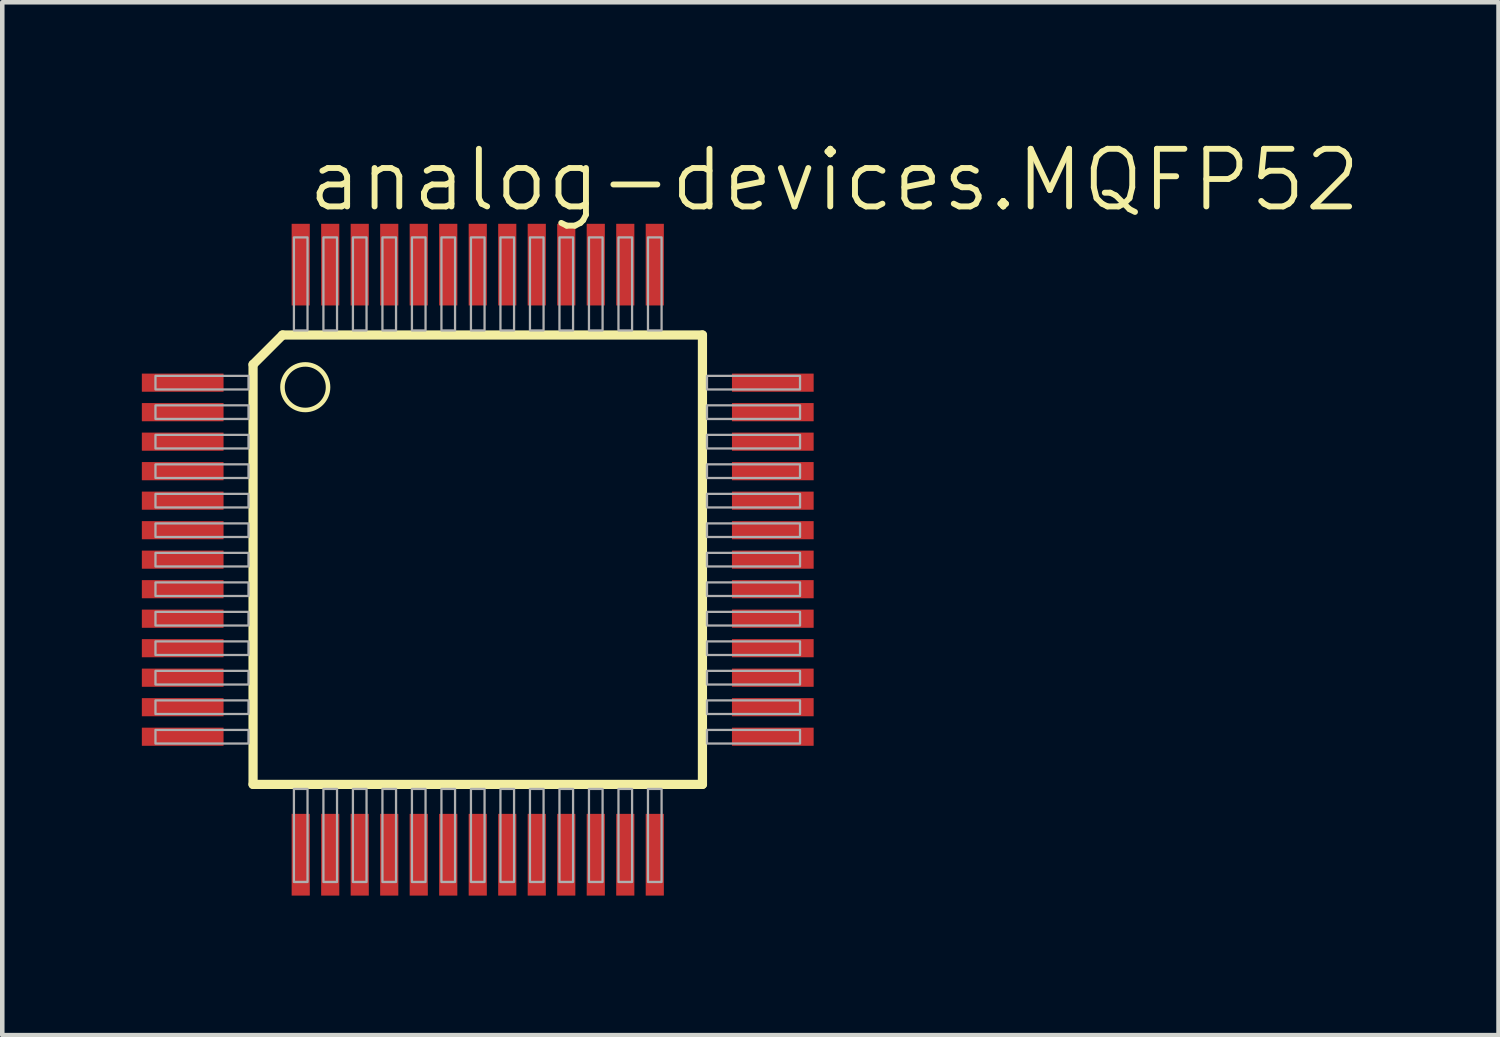
<source format=kicad_pcb>
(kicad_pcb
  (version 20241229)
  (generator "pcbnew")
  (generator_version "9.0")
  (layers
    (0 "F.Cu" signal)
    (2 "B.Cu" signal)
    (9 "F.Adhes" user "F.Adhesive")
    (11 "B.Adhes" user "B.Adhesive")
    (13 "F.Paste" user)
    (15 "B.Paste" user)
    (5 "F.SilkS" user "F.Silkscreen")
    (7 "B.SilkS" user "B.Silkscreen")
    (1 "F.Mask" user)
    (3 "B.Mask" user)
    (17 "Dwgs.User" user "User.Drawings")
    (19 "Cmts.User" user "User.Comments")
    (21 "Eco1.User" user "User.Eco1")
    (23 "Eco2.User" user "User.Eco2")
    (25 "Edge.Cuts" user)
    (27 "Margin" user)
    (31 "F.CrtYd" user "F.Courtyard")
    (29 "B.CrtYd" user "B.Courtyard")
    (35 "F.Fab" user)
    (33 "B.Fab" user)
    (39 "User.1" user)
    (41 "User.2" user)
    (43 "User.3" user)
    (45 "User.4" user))
  (footprint "analog-devices.MQFP52"
    (layer "F.Cu")
    (at 7.475 9.28)
    (property "Reference" "analog-devices.MQFP52" (at -3.81 -7.62 0) (layer "F.SilkS") (effects (font (size 1.27 1.27) (thickness 0.13)) (justify left bottom)))
    (attr smd)
    (fp_rect (start -7.45 -3.65) (end -5.55 -4.15) (stroke (width 0.05) (type default)) (fill yes) (layer "F.Mask"))
    (fp_rect (start -7.45 -3) (end -5.55 -3.5) (stroke (width 0.05) (type default)) (fill yes) (layer "F.Mask"))
    (fp_rect (start -7.45 -2.35) (end -5.55 -2.85) (stroke (width 0.05) (type default)) (fill yes) (layer "F.Mask"))
    (fp_rect (start -7.45 -1.7) (end -5.55 -2.2) (stroke (width 0.05) (type default)) (fill yes) (layer "F.Mask"))
    (fp_rect (start -7.45 -1.05) (end -5.55 -1.55) (stroke (width 0.05) (type default)) (fill yes) (layer "F.Mask"))
    (fp_rect (start -7.45 -0.4) (end -5.55 -0.9) (stroke (width 0.05) (type default)) (fill yes) (layer "F.Mask"))
    (fp_rect (start -7.45 0.25) (end -5.55 -0.25) (stroke (width 0.05) (type default)) (fill yes) (layer "F.Mask"))
    (fp_rect (start -7.45 0.9) (end -5.55 0.4) (stroke (width 0.05) (type default)) (fill yes) (layer "F.Mask"))
    (fp_rect (start -7.45 1.55) (end -5.55 1.05) (stroke (width 0.05) (type default)) (fill yes) (layer "F.Mask"))
    (fp_rect (start -7.45 2.2) (end -5.55 1.7) (stroke (width 0.05) (type default)) (fill yes) (layer "F.Mask"))
    (fp_rect (start -7.45 2.85) (end -5.55 2.35) (stroke (width 0.05) (type default)) (fill yes) (layer "F.Mask"))
    (fp_rect (start -7.45 3.5) (end -5.55 3) (stroke (width 0.05) (type default)) (fill yes) (layer "F.Mask"))
    (fp_rect (start -7.45 4.15) (end -5.55 3.65) (stroke (width 0.05) (type default)) (fill yes) (layer "F.Mask"))
    (fp_rect (start -4.15 -5.55) (end -3.65 -7.45) (stroke (width 0.05) (type default)) (fill yes) (layer "F.Mask"))
    (fp_rect (start -4.15 7.45) (end -3.65 5.55) (stroke (width 0.05) (type default)) (fill yes) (layer "F.Mask"))
    (fp_rect (start -3.5 -5.55) (end -3 -7.45) (stroke (width 0.05) (type default)) (fill yes) (layer "F.Mask"))
    (fp_rect (start -3.5 7.45) (end -3 5.55) (stroke (width 0.05) (type default)) (fill yes) (layer "F.Mask"))
    (fp_rect (start -2.85 -5.55) (end -2.35 -7.45) (stroke (width 0.05) (type default)) (fill yes) (layer "F.Mask"))
    (fp_rect (start -2.85 7.45) (end -2.35 5.55) (stroke (width 0.05) (type default)) (fill yes) (layer "F.Mask"))
    (fp_rect (start -2.2 -5.55) (end -1.7 -7.45) (stroke (width 0.05) (type default)) (fill yes) (layer "F.Mask"))
    (fp_rect (start -2.2 7.45) (end -1.7 5.55) (stroke (width 0.05) (type default)) (fill yes) (layer "F.Mask"))
    (fp_rect (start -1.55 -5.55) (end -1.05 -7.45) (stroke (width 0.05) (type default)) (fill yes) (layer "F.Mask"))
    (fp_rect (start -1.55 7.45) (end -1.05 5.55) (stroke (width 0.05) (type default)) (fill yes) (layer "F.Mask"))
    (fp_rect (start -0.9 -5.55) (end -0.4 -7.45) (stroke (width 0.05) (type default)) (fill yes) (layer "F.Mask"))
    (fp_rect (start -0.9 7.45) (end -0.4 5.55) (stroke (width 0.05) (type default)) (fill yes) (layer "F.Mask"))
    (fp_rect (start -0.25 -5.55) (end 0.25 -7.45) (stroke (width 0.05) (type default)) (fill yes) (layer "F.Mask"))
    (fp_rect (start -0.25 7.45) (end 0.25 5.55) (stroke (width 0.05) (type default)) (fill yes) (layer "F.Mask"))
    (fp_rect (start 0.4 -5.55) (end 0.9 -7.45) (stroke (width 0.05) (type default)) (fill yes) (layer "F.Mask"))
    (fp_rect (start 0.4 7.45) (end 0.9 5.55) (stroke (width 0.05) (type default)) (fill yes) (layer "F.Mask"))
    (fp_rect (start 1.05 -5.55) (end 1.55 -7.45) (stroke (width 0.05) (type default)) (fill yes) (layer "F.Mask"))
    (fp_rect (start 1.05 7.45) (end 1.55 5.55) (stroke (width 0.05) (type default)) (fill yes) (layer "F.Mask"))
    (fp_rect (start 1.7 -5.55) (end 2.2 -7.45) (stroke (width 0.05) (type default)) (fill yes) (layer "F.Mask"))
    (fp_rect (start 1.7 7.45) (end 2.2 5.55) (stroke (width 0.05) (type default)) (fill yes) (layer "F.Mask"))
    (fp_rect (start 2.35 -5.55) (end 2.85 -7.45) (stroke (width 0.05) (type default)) (fill yes) (layer "F.Mask"))
    (fp_rect (start 2.35 7.45) (end 2.85 5.55) (stroke (width 0.05) (type default)) (fill yes) (layer "F.Mask"))
    (fp_rect (start 3 -5.55) (end 3.5 -7.45) (stroke (width 0.05) (type default)) (fill yes) (layer "F.Mask"))
    (fp_rect (start 3 7.45) (end 3.5 5.55) (stroke (width 0.05) (type default)) (fill yes) (layer "F.Mask"))
    (fp_rect (start 3.65 -5.55) (end 4.15 -7.45) (stroke (width 0.05) (type default)) (fill yes) (layer "F.Mask"))
    (fp_rect (start 3.65 7.45) (end 4.15 5.55) (stroke (width 0.05) (type default)) (fill yes) (layer "F.Mask"))
    (fp_rect (start 5.55 -3.65) (end 7.45 -4.15) (stroke (width 0.05) (type default)) (fill yes) (layer "F.Mask"))
    (fp_rect (start 5.55 -3) (end 7.45 -3.5) (stroke (width 0.05) (type default)) (fill yes) (layer "F.Mask"))
    (fp_rect (start 5.55 -2.35) (end 7.45 -2.85) (stroke (width 0.05) (type default)) (fill yes) (layer "F.Mask"))
    (fp_rect (start 5.55 -1.7) (end 7.45 -2.2) (stroke (width 0.05) (type default)) (fill yes) (layer "F.Mask"))
    (fp_rect (start 5.55 -1.05) (end 7.45 -1.55) (stroke (width 0.05) (type default)) (fill yes) (layer "F.Mask"))
    (fp_rect (start 5.55 -0.4) (end 7.45 -0.9) (stroke (width 0.05) (type default)) (fill yes) (layer "F.Mask"))
    (fp_rect (start 5.55 0.25) (end 7.45 -0.25) (stroke (width 0.05) (type default)) (fill yes) (layer "F.Mask"))
    (fp_rect (start 5.55 0.9) (end 7.45 0.4) (stroke (width 0.05) (type default)) (fill yes) (layer "F.Mask"))
    (fp_rect (start 5.55 1.55) (end 7.45 1.05) (stroke (width 0.05) (type default)) (fill yes) (layer "F.Mask"))
    (fp_rect (start 5.55 2.2) (end 7.45 1.7) (stroke (width 0.05) (type default)) (fill yes) (layer "F.Mask"))
    (fp_rect (start 5.55 2.85) (end 7.45 2.35) (stroke (width 0.05) (type default)) (fill yes) (layer "F.Mask"))
    (fp_rect (start 5.55 3.5) (end 7.45 3) (stroke (width 0.05) (type default)) (fill yes) (layer "F.Mask"))
    (fp_rect (start 5.55 4.15) (end 7.45 3.65) (stroke (width 0.05) (type default)) (fill yes) (layer "F.Mask"))
    (fp_line (start -4.95 -4.3) (end -4.3 -4.95) (stroke (width 0.203) (type default)) (layer "F.SilkS"))
    (fp_line (start -4.95 4.95) (end -4.95 -4.3) (stroke (width 0.203) (type default)) (layer "F.SilkS"))
    (fp_line (start -4.3 -4.95) (end 4.95 -4.95) (stroke (width 0.203) (type default)) (layer "F.SilkS"))
    (fp_line (start 4.95 -4.95) (end 4.95 4.95) (stroke (width 0.203) (type default)) (layer "F.SilkS"))
    (fp_line (start 4.95 4.95) (end -4.95 4.95) (stroke (width 0.203) (type default)) (layer "F.SilkS"))
    (fp_circle (center -3.8 -3.8) (end -3.298 -3.8) (stroke (width 0.1) (type default)) (fill no) (layer "F.SilkS"))
    (fp_rect (start -7.35 -3.725) (end -5.65 -4.075) (stroke (width 0.05) (type default)) (fill yes) (layer "F.Paste"))
    (fp_rect (start -7.35 -3.075) (end -5.65 -3.425) (stroke (width 0.05) (type default)) (fill yes) (layer "F.Paste"))
    (fp_rect (start -7.35 -2.425) (end -5.65 -2.775) (stroke (width 0.05) (type default)) (fill yes) (layer "F.Paste"))
    (fp_rect (start -7.35 -1.775) (end -5.65 -2.125) (stroke (width 0.05) (type default)) (fill yes) (layer "F.Paste"))
    (fp_rect (start -7.35 -1.125) (end -5.65 -1.475) (stroke (width 0.05) (type default)) (fill yes) (layer "F.Paste"))
    (fp_rect (start -7.35 -0.475) (end -5.65 -0.825) (stroke (width 0.05) (type default)) (fill yes) (layer "F.Paste"))
    (fp_rect (start -7.35 0.175) (end -5.65 -0.175) (stroke (width 0.05) (type default)) (fill yes) (layer "F.Paste"))
    (fp_rect (start -7.35 0.825) (end -5.65 0.475) (stroke (width 0.05) (type default)) (fill yes) (layer "F.Paste"))
    (fp_rect (start -7.35 1.475) (end -5.65 1.125) (stroke (width 0.05) (type default)) (fill yes) (layer "F.Paste"))
    (fp_rect (start -7.35 2.125) (end -5.65 1.775) (stroke (width 0.05) (type default)) (fill yes) (layer "F.Paste"))
    (fp_rect (start -7.35 2.775) (end -5.65 2.425) (stroke (width 0.05) (type default)) (fill yes) (layer "F.Paste"))
    (fp_rect (start -7.35 3.425) (end -5.65 3.075) (stroke (width 0.05) (type default)) (fill yes) (layer "F.Paste"))
    (fp_rect (start -7.35 4.075) (end -5.65 3.725) (stroke (width 0.05) (type default)) (fill yes) (layer "F.Paste"))
    (fp_rect (start -4.075 -5.65) (end -3.725 -7.35) (stroke (width 0.05) (type default)) (fill yes) (layer "F.Paste"))
    (fp_rect (start -4.075 7.35) (end -3.725 5.65) (stroke (width 0.05) (type default)) (fill yes) (layer "F.Paste"))
    (fp_rect (start -3.425 -5.65) (end -3.075 -7.35) (stroke (width 0.05) (type default)) (fill yes) (layer "F.Paste"))
    (fp_rect (start -3.425 7.35) (end -3.075 5.65) (stroke (width 0.05) (type default)) (fill yes) (layer "F.Paste"))
    (fp_rect (start -2.775 -5.65) (end -2.425 -7.35) (stroke (width 0.05) (type default)) (fill yes) (layer "F.Paste"))
    (fp_rect (start -2.775 7.35) (end -2.425 5.65) (stroke (width 0.05) (type default)) (fill yes) (layer "F.Paste"))
    (fp_rect (start -2.125 -5.65) (end -1.775 -7.35) (stroke (width 0.05) (type default)) (fill yes) (layer "F.Paste"))
    (fp_rect (start -2.125 7.35) (end -1.775 5.65) (stroke (width 0.05) (type default)) (fill yes) (layer "F.Paste"))
    (fp_rect (start -1.475 -5.65) (end -1.125 -7.35) (stroke (width 0.05) (type default)) (fill yes) (layer "F.Paste"))
    (fp_rect (start -1.475 7.35) (end -1.125 5.65) (stroke (width 0.05) (type default)) (fill yes) (layer "F.Paste"))
    (fp_rect (start -0.825 -5.65) (end -0.475 -7.35) (stroke (width 0.05) (type default)) (fill yes) (layer "F.Paste"))
    (fp_rect (start -0.825 7.35) (end -0.475 5.65) (stroke (width 0.05) (type default)) (fill yes) (layer "F.Paste"))
    (fp_rect (start -0.175 -5.65) (end 0.175 -7.35) (stroke (width 0.05) (type default)) (fill yes) (layer "F.Paste"))
    (fp_rect (start -0.175 7.35) (end 0.175 5.65) (stroke (width 0.05) (type default)) (fill yes) (layer "F.Paste"))
    (fp_rect (start 0.475 -5.65) (end 0.825 -7.35) (stroke (width 0.05) (type default)) (fill yes) (layer "F.Paste"))
    (fp_rect (start 0.475 7.35) (end 0.825 5.65) (stroke (width 0.05) (type default)) (fill yes) (layer "F.Paste"))
    (fp_rect (start 1.125 -5.65) (end 1.475 -7.35) (stroke (width 0.05) (type default)) (fill yes) (layer "F.Paste"))
    (fp_rect (start 1.125 7.35) (end 1.475 5.65) (stroke (width 0.05) (type default)) (fill yes) (layer "F.Paste"))
    (fp_rect (start 1.775 -5.65) (end 2.125 -7.35) (stroke (width 0.05) (type default)) (fill yes) (layer "F.Paste"))
    (fp_rect (start 1.775 7.35) (end 2.125 5.65) (stroke (width 0.05) (type default)) (fill yes) (layer "F.Paste"))
    (fp_rect (start 2.425 -5.65) (end 2.775 -7.35) (stroke (width 0.05) (type default)) (fill yes) (layer "F.Paste"))
    (fp_rect (start 2.425 7.35) (end 2.775 5.65) (stroke (width 0.05) (type default)) (fill yes) (layer "F.Paste"))
    (fp_rect (start 3.075 -5.65) (end 3.425 -7.35) (stroke (width 0.05) (type default)) (fill yes) (layer "F.Paste"))
    (fp_rect (start 3.075 7.35) (end 3.425 5.65) (stroke (width 0.05) (type default)) (fill yes) (layer "F.Paste"))
    (fp_rect (start 3.725 -5.65) (end 4.075 -7.35) (stroke (width 0.05) (type default)) (fill yes) (layer "F.Paste"))
    (fp_rect (start 3.725 7.35) (end 4.075 5.65) (stroke (width 0.05) (type default)) (fill yes) (layer "F.Paste"))
    (fp_rect (start 5.65 -3.725) (end 7.35 -4.075) (stroke (width 0.05) (type default)) (fill yes) (layer "F.Paste"))
    (fp_rect (start 5.65 -3.075) (end 7.35 -3.425) (stroke (width 0.05) (type default)) (fill yes) (layer "F.Paste"))
    (fp_rect (start 5.65 -2.425) (end 7.35 -2.775) (stroke (width 0.05) (type default)) (fill yes) (layer "F.Paste"))
    (fp_rect (start 5.65 -1.775) (end 7.35 -2.125) (stroke (width 0.05) (type default)) (fill yes) (layer "F.Paste"))
    (fp_rect (start 5.65 -1.125) (end 7.35 -1.475) (stroke (width 0.05) (type default)) (fill yes) (layer "F.Paste"))
    (fp_rect (start 5.65 -0.475) (end 7.35 -0.825) (stroke (width 0.05) (type default)) (fill yes) (layer "F.Paste"))
    (fp_rect (start 5.65 0.175) (end 7.35 -0.175) (stroke (width 0.05) (type default)) (fill yes) (layer "F.Paste"))
    (fp_rect (start 5.65 0.825) (end 7.35 0.475) (stroke (width 0.05) (type default)) (fill yes) (layer "F.Paste"))
    (fp_rect (start 5.65 1.475) (end 7.35 1.125) (stroke (width 0.05) (type default)) (fill yes) (layer "F.Paste"))
    (fp_rect (start 5.65 2.125) (end 7.35 1.775) (stroke (width 0.05) (type default)) (fill yes) (layer "F.Paste"))
    (fp_rect (start 5.65 2.775) (end 7.35 2.425) (stroke (width 0.05) (type default)) (fill yes) (layer "F.Paste"))
    (fp_rect (start 5.65 3.425) (end 7.35 3.075) (stroke (width 0.05) (type default)) (fill yes) (layer "F.Paste"))
    (fp_rect (start 5.65 4.075) (end 7.35 3.725) (stroke (width 0.05) (type default)) (fill yes) (layer "F.Paste"))
    (fp_rect (start -7.1 -3.75) (end -5.05 -4.05) (stroke (width 0.05) (type default)) (fill no) (layer "F.Fab"))
    (fp_rect (start -7.1 -3.1) (end -5.05 -3.4) (stroke (width 0.05) (type default)) (fill no) (layer "F.Fab"))
    (fp_rect (start -7.1 -2.45) (end -5.05 -2.75) (stroke (width 0.05) (type default)) (fill no) (layer "F.Fab"))
    (fp_rect (start -7.1 -1.8) (end -5.05 -2.1) (stroke (width 0.05) (type default)) (fill no) (layer "F.Fab"))
    (fp_rect (start -7.1 -1.15) (end -5.05 -1.45) (stroke (width 0.05) (type default)) (fill no) (layer "F.Fab"))
    (fp_rect (start -7.1 -0.5) (end -5.05 -0.8) (stroke (width 0.05) (type default)) (fill no) (layer "F.Fab"))
    (fp_rect (start -7.1 0.15) (end -5.05 -0.15) (stroke (width 0.05) (type default)) (fill no) (layer "F.Fab"))
    (fp_rect (start -7.1 0.8) (end -5.05 0.5) (stroke (width 0.05) (type default)) (fill no) (layer "F.Fab"))
    (fp_rect (start -7.1 1.45) (end -5.05 1.15) (stroke (width 0.05) (type default)) (fill no) (layer "F.Fab"))
    (fp_rect (start -7.1 2.1) (end -5.05 1.8) (stroke (width 0.05) (type default)) (fill no) (layer "F.Fab"))
    (fp_rect (start -7.1 2.75) (end -5.05 2.45) (stroke (width 0.05) (type default)) (fill no) (layer "F.Fab"))
    (fp_rect (start -7.1 3.4) (end -5.05 3.1) (stroke (width 0.05) (type default)) (fill no) (layer "F.Fab"))
    (fp_rect (start -7.1 4.05) (end -5.05 3.75) (stroke (width 0.05) (type default)) (fill no) (layer "F.Fab"))
    (fp_rect (start -4.05 -5.05) (end -3.75 -7.1) (stroke (width 0.05) (type default)) (fill no) (layer "F.Fab"))
    (fp_rect (start -4.05 7.1) (end -3.75 5.05) (stroke (width 0.05) (type default)) (fill no) (layer "F.Fab"))
    (fp_rect (start -3.4 -5.05) (end -3.1 -7.1) (stroke (width 0.05) (type default)) (fill no) (layer "F.Fab"))
    (fp_rect (start -3.4 7.1) (end -3.1 5.05) (stroke (width 0.05) (type default)) (fill no) (layer "F.Fab"))
    (fp_rect (start -2.75 -5.05) (end -2.45 -7.1) (stroke (width 0.05) (type default)) (fill no) (layer "F.Fab"))
    (fp_rect (start -2.75 7.1) (end -2.45 5.05) (stroke (width 0.05) (type default)) (fill no) (layer "F.Fab"))
    (fp_rect (start -2.1 -5.05) (end -1.8 -7.1) (stroke (width 0.05) (type default)) (fill no) (layer "F.Fab"))
    (fp_rect (start -2.1 7.1) (end -1.8 5.05) (stroke (width 0.05) (type default)) (fill no) (layer "F.Fab"))
    (fp_rect (start -1.45 -5.05) (end -1.15 -7.1) (stroke (width 0.05) (type default)) (fill no) (layer "F.Fab"))
    (fp_rect (start -1.45 7.1) (end -1.15 5.05) (stroke (width 0.05) (type default)) (fill no) (layer "F.Fab"))
    (fp_rect (start -0.8 -5.05) (end -0.5 -7.1) (stroke (width 0.05) (type default)) (fill no) (layer "F.Fab"))
    (fp_rect (start -0.8 7.1) (end -0.5 5.05) (stroke (width 0.05) (type default)) (fill no) (layer "F.Fab"))
    (fp_rect (start -0.15 -5.05) (end 0.15 -7.1) (stroke (width 0.05) (type default)) (fill no) (layer "F.Fab"))
    (fp_rect (start -0.15 7.1) (end 0.15 5.05) (stroke (width 0.05) (type default)) (fill no) (layer "F.Fab"))
    (fp_rect (start 0.5 -5.05) (end 0.8 -7.1) (stroke (width 0.05) (type default)) (fill no) (layer "F.Fab"))
    (fp_rect (start 0.5 7.1) (end 0.8 5.05) (stroke (width 0.05) (type default)) (fill no) (layer "F.Fab"))
    (fp_rect (start 1.15 -5.05) (end 1.45 -7.1) (stroke (width 0.05) (type default)) (fill no) (layer "F.Fab"))
    (fp_rect (start 1.15 7.1) (end 1.45 5.05) (stroke (width 0.05) (type default)) (fill no) (layer "F.Fab"))
    (fp_rect (start 1.8 -5.05) (end 2.1 -7.1) (stroke (width 0.05) (type default)) (fill no) (layer "F.Fab"))
    (fp_rect (start 1.8 7.1) (end 2.1 5.05) (stroke (width 0.05) (type default)) (fill no) (layer "F.Fab"))
    (fp_rect (start 2.45 -5.05) (end 2.75 -7.1) (stroke (width 0.05) (type default)) (fill no) (layer "F.Fab"))
    (fp_rect (start 2.45 7.1) (end 2.75 5.05) (stroke (width 0.05) (type default)) (fill no) (layer "F.Fab"))
    (fp_rect (start 3.1 -5.05) (end 3.4 -7.1) (stroke (width 0.05) (type default)) (fill no) (layer "F.Fab"))
    (fp_rect (start 3.1 7.1) (end 3.4 5.05) (stroke (width 0.05) (type default)) (fill no) (layer "F.Fab"))
    (fp_rect (start 3.75 -5.05) (end 4.05 -7.1) (stroke (width 0.05) (type default)) (fill no) (layer "F.Fab"))
    (fp_rect (start 3.75 7.1) (end 4.05 5.05) (stroke (width 0.05) (type default)) (fill no) (layer "F.Fab"))
    (fp_rect (start 5.05 -3.75) (end 7.1 -4.05) (stroke (width 0.05) (type default)) (fill no) (layer "F.Fab"))
    (fp_rect (start 5.05 -3.1) (end 7.1 -3.4) (stroke (width 0.05) (type default)) (fill no) (layer "F.Fab"))
    (fp_rect (start 5.05 -2.45) (end 7.1 -2.75) (stroke (width 0.05) (type default)) (fill no) (layer "F.Fab"))
    (fp_rect (start 5.05 -1.8) (end 7.1 -2.1) (stroke (width 0.05) (type default)) (fill no) (layer "F.Fab"))
    (fp_rect (start 5.05 -1.15) (end 7.1 -1.45) (stroke (width 0.05) (type default)) (fill no) (layer "F.Fab"))
    (fp_rect (start 5.05 -0.5) (end 7.1 -0.8) (stroke (width 0.05) (type default)) (fill no) (layer "F.Fab"))
    (fp_rect (start 5.05 0.15) (end 7.1 -0.15) (stroke (width 0.05) (type default)) (fill no) (layer "F.Fab"))
    (fp_rect (start 5.05 0.8) (end 7.1 0.5) (stroke (width 0.05) (type default)) (fill no) (layer "F.Fab"))
    (fp_rect (start 5.05 1.45) (end 7.1 1.15) (stroke (width 0.05) (type default)) (fill no) (layer "F.Fab"))
    (fp_rect (start 5.05 2.1) (end 7.1 1.8) (stroke (width 0.05) (type default)) (fill no) (layer "F.Fab"))
    (fp_rect (start 5.05 2.75) (end 7.1 2.45) (stroke (width 0.05) (type default)) (fill no) (layer "F.Fab"))
    (fp_rect (start 5.05 3.4) (end 7.1 3.1) (stroke (width 0.05) (type default)) (fill no) (layer "F.Fab"))
    (fp_rect (start 5.05 4.05) (end 7.1 3.75) (stroke (width 0.05) (type default)) (fill no) (layer "F.Fab"))
    (pad "1" smd roundrect (at -6.5 -3.9) (size 1.8 0.4) (layers "F.Cu" "F.Mask" "F.Paste") (roundrect_rratio 0.01))
    (pad "2" smd roundrect (at -6.5 -3.25) (size 1.8 0.4) (layers "F.Cu" "F.Mask" "F.Paste") (roundrect_rratio 0.01))
    (pad "3" smd roundrect (at -6.5 -2.6) (size 1.8 0.4) (layers "F.Cu" "F.Mask" "F.Paste") (roundrect_rratio 0.01))
    (pad "4" smd roundrect (at -6.5 -1.95) (size 1.8 0.4) (layers "F.Cu" "F.Mask" "F.Paste") (roundrect_rratio 0.01))
    (pad "5" smd roundrect (at -6.5 -1.3) (size 1.8 0.4) (layers "F.Cu" "F.Mask" "F.Paste") (roundrect_rratio 0.01))
    (pad "6" smd roundrect (at -6.5 -0.65) (size 1.8 0.4) (layers "F.Cu" "F.Mask" "F.Paste") (roundrect_rratio 0.01))
    (pad "7" smd roundrect (at -6.5 0) (size 1.8 0.4) (layers "F.Cu" "F.Mask" "F.Paste") (roundrect_rratio 0.01))
    (pad "8" smd roundrect (at -6.5 0.65) (size 1.8 0.4) (layers "F.Cu" "F.Mask" "F.Paste") (roundrect_rratio 0.01))
    (pad "9" smd roundrect (at -6.5 1.3) (size 1.8 0.4) (layers "F.Cu" "F.Mask" "F.Paste") (roundrect_rratio 0.01))
    (pad "10" smd roundrect (at -6.5 1.95) (size 1.8 0.4) (layers "F.Cu" "F.Mask" "F.Paste") (roundrect_rratio 0.01))
    (pad "11" smd roundrect (at -6.5 2.6) (size 1.8 0.4) (layers "F.Cu" "F.Mask" "F.Paste") (roundrect_rratio 0.01))
    (pad "12" smd roundrect (at -6.5 3.25) (size 1.8 0.4) (layers "F.Cu" "F.Mask" "F.Paste") (roundrect_rratio 0.01))
    (pad "13" smd roundrect (at -6.5 3.9) (size 1.8 0.4) (layers "F.Cu" "F.Mask" "F.Paste") (roundrect_rratio 0.01))
    (pad "14" smd roundrect (at -3.9 6.5) (size 0.4 1.8) (layers "F.Cu" "F.Mask" "F.Paste") (roundrect_rratio 0.01))
    (pad "15" smd roundrect (at -3.25 6.5) (size 0.4 1.8) (layers "F.Cu" "F.Mask" "F.Paste") (roundrect_rratio 0.01))
    (pad "16" smd roundrect (at -2.6 6.5) (size 0.4 1.8) (layers "F.Cu" "F.Mask" "F.Paste") (roundrect_rratio 0.01))
    (pad "17" smd roundrect (at -1.95 6.5) (size 0.4 1.8) (layers "F.Cu" "F.Mask" "F.Paste") (roundrect_rratio 0.01))
    (pad "18" smd roundrect (at -1.3 6.5) (size 0.4 1.8) (layers "F.Cu" "F.Mask" "F.Paste") (roundrect_rratio 0.01))
    (pad "19" smd roundrect (at -0.65 6.5) (size 0.4 1.8) (layers "F.Cu" "F.Mask" "F.Paste") (roundrect_rratio 0.01))
    (pad "20" smd roundrect (at 0 6.5) (size 0.4 1.8) (layers "F.Cu" "F.Mask" "F.Paste") (roundrect_rratio 0.01))
    (pad "21" smd roundrect (at 0.65 6.5) (size 0.4 1.8) (layers "F.Cu" "F.Mask" "F.Paste") (roundrect_rratio 0.01))
    (pad "22" smd roundrect (at 1.3 6.5) (size 0.4 1.8) (layers "F.Cu" "F.Mask" "F.Paste") (roundrect_rratio 0.01))
    (pad "23" smd roundrect (at 1.95 6.5) (size 0.4 1.8) (layers "F.Cu" "F.Mask" "F.Paste") (roundrect_rratio 0.01))
    (pad "24" smd roundrect (at 2.6 6.5) (size 0.4 1.8) (layers "F.Cu" "F.Mask" "F.Paste") (roundrect_rratio 0.01))
    (pad "25" smd roundrect (at 3.25 6.5) (size 0.4 1.8) (layers "F.Cu" "F.Mask" "F.Paste") (roundrect_rratio 0.01))
    (pad "26" smd roundrect (at 3.9 6.5) (size 0.4 1.8) (layers "F.Cu" "F.Mask" "F.Paste") (roundrect_rratio 0.01))
    (pad "27" smd roundrect (at 6.5 3.9) (size 1.8 0.4) (layers "F.Cu" "F.Mask" "F.Paste") (roundrect_rratio 0.01))
    (pad "28" smd roundrect (at 6.5 3.25) (size 1.8 0.4) (layers "F.Cu" "F.Mask" "F.Paste") (roundrect_rratio 0.01))
    (pad "29" smd roundrect (at 6.5 2.6) (size 1.8 0.4) (layers "F.Cu" "F.Mask" "F.Paste") (roundrect_rratio 0.01))
    (pad "30" smd roundrect (at 6.5 1.95) (size 1.8 0.4) (layers "F.Cu" "F.Mask" "F.Paste") (roundrect_rratio 0.01))
    (pad "31" smd roundrect (at 6.5 1.3) (size 1.8 0.4) (layers "F.Cu" "F.Mask" "F.Paste") (roundrect_rratio 0.01))
    (pad "32" smd roundrect (at 6.5 0.65) (size 1.8 0.4) (layers "F.Cu" "F.Mask" "F.Paste") (roundrect_rratio 0.01))
    (pad "33" smd roundrect (at 6.5 0) (size 1.8 0.4) (layers "F.Cu" "F.Mask" "F.Paste") (roundrect_rratio 0.01))
    (pad "34" smd roundrect (at 6.5 -0.65) (size 1.8 0.4) (layers "F.Cu" "F.Mask" "F.Paste") (roundrect_rratio 0.01))
    (pad "35" smd roundrect (at 6.5 -1.3) (size 1.8 0.4) (layers "F.Cu" "F.Mask" "F.Paste") (roundrect_rratio 0.01))
    (pad "36" smd roundrect (at 6.5 -1.95) (size 1.8 0.4) (layers "F.Cu" "F.Mask" "F.Paste") (roundrect_rratio 0.01))
    (pad "37" smd roundrect (at 6.5 -2.6) (size 1.8 0.4) (layers "F.Cu" "F.Mask" "F.Paste") (roundrect_rratio 0.01))
    (pad "38" smd roundrect (at 6.5 -3.25) (size 1.8 0.4) (layers "F.Cu" "F.Mask" "F.Paste") (roundrect_rratio 0.01))
    (pad "39" smd roundrect (at 6.5 -3.9) (size 1.8 0.4) (layers "F.Cu" "F.Mask" "F.Paste") (roundrect_rratio 0.01))
    (pad "40" smd roundrect (at 3.9 -6.5) (size 0.4 1.8) (layers "F.Cu" "F.Mask" "F.Paste") (roundrect_rratio 0.01))
    (pad "41" smd roundrect (at 3.25 -6.5) (size 0.4 1.8) (layers "F.Cu" "F.Mask" "F.Paste") (roundrect_rratio 0.01))
    (pad "42" smd roundrect (at 2.6 -6.5) (size 0.4 1.8) (layers "F.Cu" "F.Mask" "F.Paste") (roundrect_rratio 0.01))
    (pad "43" smd roundrect (at 1.95 -6.5) (size 0.4 1.8) (layers "F.Cu" "F.Mask" "F.Paste") (roundrect_rratio 0.01))
    (pad "44" smd roundrect (at 1.3 -6.5) (size 0.4 1.8) (layers "F.Cu" "F.Mask" "F.Paste") (roundrect_rratio 0.01))
    (pad "45" smd roundrect (at 0.65 -6.5) (size 0.4 1.8) (layers "F.Cu" "F.Mask" "F.Paste") (roundrect_rratio 0.01))
    (pad "46" smd roundrect (at 0 -6.5) (size 0.4 1.8) (layers "F.Cu" "F.Mask" "F.Paste") (roundrect_rratio 0.01))
    (pad "47" smd roundrect (at -0.65 -6.5) (size 0.4 1.8) (layers "F.Cu" "F.Mask" "F.Paste") (roundrect_rratio 0.01))
    (pad "48" smd roundrect (at -1.3 -6.5) (size 0.4 1.8) (layers "F.Cu" "F.Mask" "F.Paste") (roundrect_rratio 0.01))
    (pad "49" smd roundrect (at -1.95 -6.5) (size 0.4 1.8) (layers "F.Cu" "F.Mask" "F.Paste") (roundrect_rratio 0.01))
    (pad "50" smd roundrect (at -2.6 -6.5) (size 0.4 1.8) (layers "F.Cu" "F.Mask" "F.Paste") (roundrect_rratio 0.01))
    (pad "51" smd roundrect (at -3.25 -6.5) (size 0.4 1.8) (layers "F.Cu" "F.Mask" "F.Paste") (roundrect_rratio 0.01))
    (pad "52" smd roundrect (at -3.9 -6.5) (size 0.4 1.8) (layers "F.Cu" "F.Mask" "F.Paste") (roundrect_rratio 0.01)))
  (gr_rect
    (start -3 -3)
    (end 29.963 19.755)
    (stroke (width 0.1) (type default))
    (fill no)
    (layer "Edge.Cuts")))
</source>
